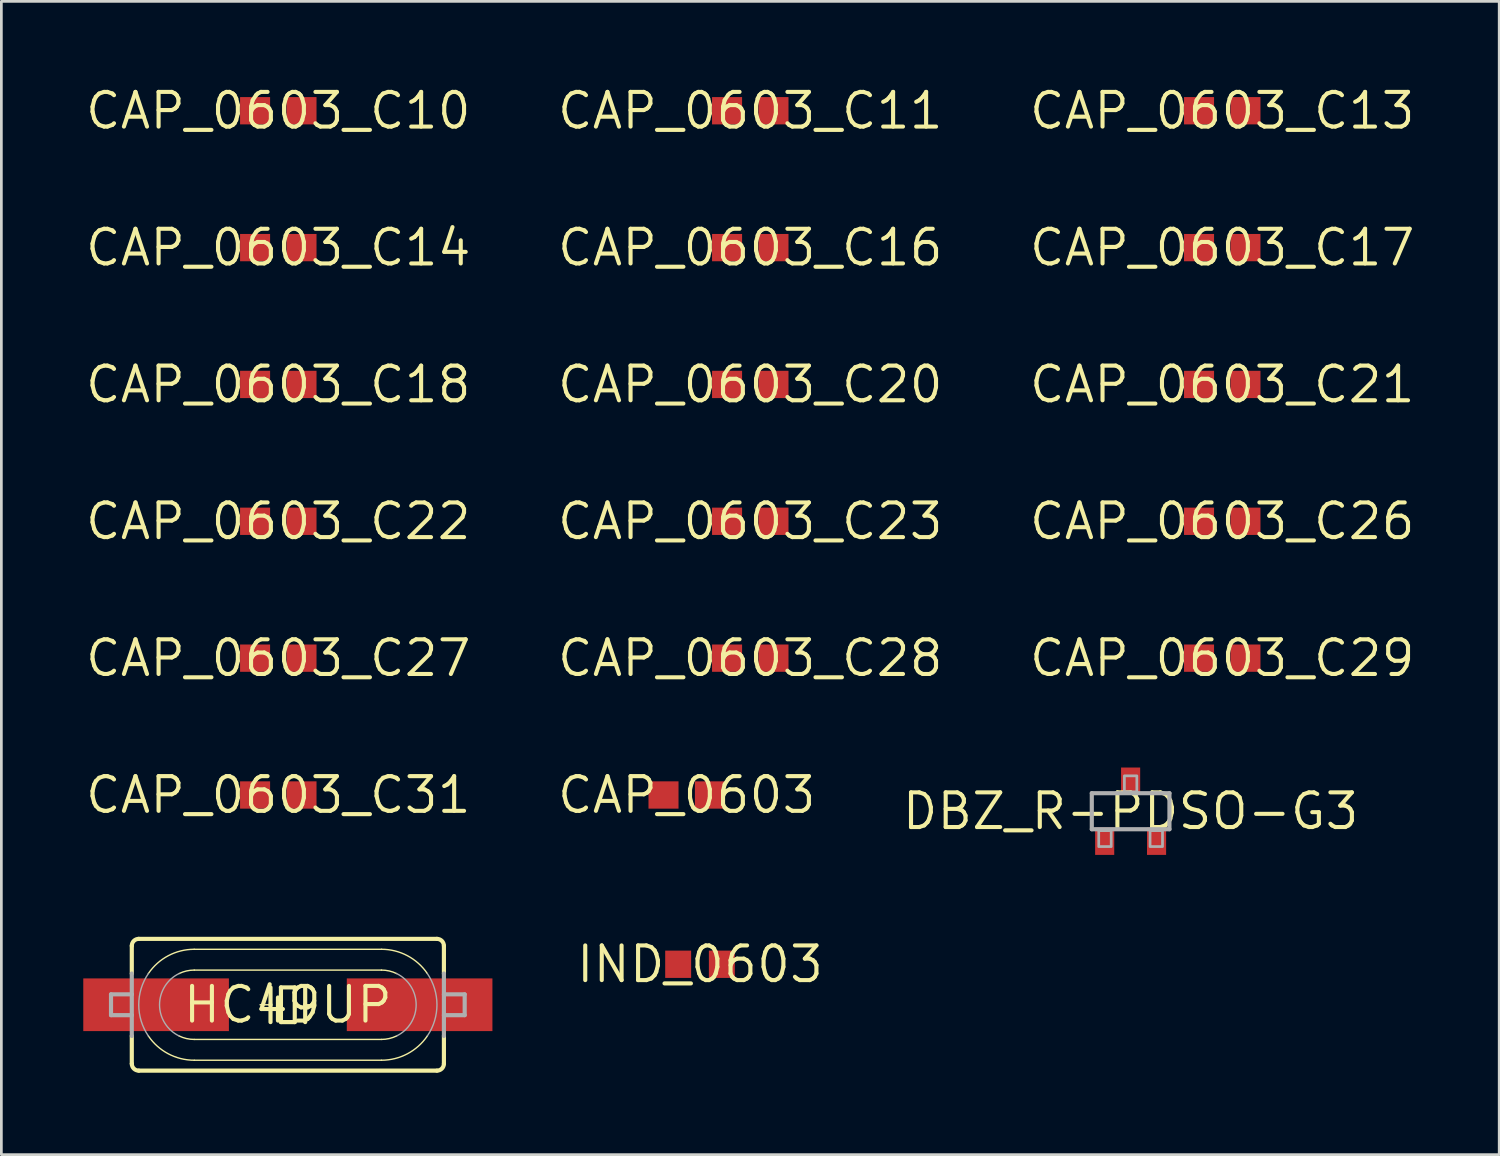
<source format=kicad_pcb>
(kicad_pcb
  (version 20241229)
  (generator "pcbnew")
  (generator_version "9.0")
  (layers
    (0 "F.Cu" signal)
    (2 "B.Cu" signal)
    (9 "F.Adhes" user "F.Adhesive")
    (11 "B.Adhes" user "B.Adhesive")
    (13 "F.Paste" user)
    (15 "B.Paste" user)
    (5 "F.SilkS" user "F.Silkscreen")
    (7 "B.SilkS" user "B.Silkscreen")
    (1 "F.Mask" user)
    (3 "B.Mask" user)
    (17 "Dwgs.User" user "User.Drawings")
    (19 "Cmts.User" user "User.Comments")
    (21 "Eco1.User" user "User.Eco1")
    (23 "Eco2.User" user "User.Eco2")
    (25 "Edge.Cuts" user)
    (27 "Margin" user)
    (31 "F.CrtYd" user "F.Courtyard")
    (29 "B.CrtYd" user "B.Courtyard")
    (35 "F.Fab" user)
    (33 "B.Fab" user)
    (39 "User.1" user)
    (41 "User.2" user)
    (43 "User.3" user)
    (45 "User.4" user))
  (footprint "CAP_0603_C29"
    (layer "F.Cu")
    (at 41.717 21.056)
    (property "Reference" "CAP_0603_C29" (at 0 0 0) (layer "F.SilkS") (effects (font (size 1.27 1.27) (thickness 0.15))))
    (pad "1" smd rect (at -0.85 0 90) (size 1 1.1) (layers "F.Cu" "F.Mask" "F.Paste"))
    (pad "2" smd rect (at 0.85 0 90) (size 1 1.1) (layers "F.Cu" "F.Mask" "F.Paste")))
  (footprint "CAP_0603_C26"
    (layer "F.Cu")
    (at 41.717 16.043)
    (property "Reference" "CAP_0603_C26" (at 0 0 0) (layer "F.SilkS") (effects (font (size 1.27 1.27) (thickness 0.15))))
    (pad "1" smd rect (at -0.85 0 90) (size 1 1.1) (layers "F.Cu" "F.Mask" "F.Paste"))
    (pad "2" smd rect (at 0.85 0 90) (size 1 1.1) (layers "F.Cu" "F.Mask" "F.Paste")))
  (footprint "CAP_0603_C18"
    (layer "F.Cu")
    (at 7.143 11.031)
    (property "Reference" "CAP_0603_C18" (at 0 0 0) (layer "F.SilkS") (effects (font (size 1.27 1.27) (thickness 0.15))))
    (pad "1" smd rect (at -0.85 0 90) (size 1 1.1) (layers "F.Cu" "F.Mask" "F.Paste"))
    (pad "2" smd rect (at 0.85 0 90) (size 1 1.1) (layers "F.Cu" "F.Mask" "F.Paste")))
  (footprint "CAP_0603_C10"
    (layer "F.Cu")
    (at 7.143 1.006)
    (property "Reference" "CAP_0603_C10" (at 0 0 0) (layer "F.SilkS") (effects (font (size 1.27 1.27) (thickness 0.15))))
    (pad "1" smd rect (at -0.85 0 90) (size 1 1.1) (layers "F.Cu" "F.Mask" "F.Paste"))
    (pad "2" smd rect (at 0.85 0 90) (size 1 1.1) (layers "F.Cu" "F.Mask" "F.Paste")))
  (footprint "CAP_0603_C22"
    (layer "F.Cu")
    (at 7.143 16.043)
    (property "Reference" "CAP_0603_C22" (at 0 0 0) (layer "F.SilkS") (effects (font (size 1.27 1.27) (thickness 0.15))))
    (pad "1" smd rect (at -0.85 0 90) (size 1 1.1) (layers "F.Cu" "F.Mask" "F.Paste"))
    (pad "2" smd rect (at 0.85 0 90) (size 1 1.1) (layers "F.Cu" "F.Mask" "F.Paste")))
  (footprint "CAP_0603_C13"
    (layer "F.Cu")
    (at 41.717 1.006)
    (property "Reference" "CAP_0603_C13" (at 0 0 0) (layer "F.SilkS") (effects (font (size 1.27 1.27) (thickness 0.15))))
    (pad "1" smd rect (at -0.85 0 90) (size 1 1.1) (layers "F.Cu" "F.Mask" "F.Paste"))
    (pad "2" smd rect (at 0.85 0 90) (size 1 1.1) (layers "F.Cu" "F.Mask" "F.Paste")))
  (footprint "CAP_0603"
    (layer "F.Cu")
    (at 22.102 26.068)
    (property "Reference" "CAP_0603" (at 0 0 0) (layer "F.SilkS") (effects (font (size 1.27 1.27) (thickness 0.15))))
    (pad "1" smd rect (at -0.85 0 90) (size 1 1.1) (layers "F.Cu" "F.Mask" "F.Paste"))
    (pad "2" smd rect (at 0.85 0 90) (size 1 1.1) (layers "F.Cu" "F.Mask" "F.Paste")))
  (footprint "DBZ_R-PDSO-G3"
    (layer "F.Cu")
    (at 38.361 26.662)
    (property "Reference" "DBZ_R-PDSO-G3" (at 0 0 0) (layer "F.SilkS") (effects (font (size 1.27 1.27) (thickness 0.15))))
    (fp_poly (pts (xy -1.3 0.6) (xy -0.6 0.6) (xy -0.6 1.6) (xy -1.3 1.6)) (stroke (width 0) (type default)) (fill yes) (layer "F.Mask"))
    (fp_poly (pts (xy -0.35 -1.6) (xy 0.35 -1.6) (xy 0.35 -0.6) (xy -0.35 -0.6)) (stroke (width 0) (type default)) (fill yes) (layer "F.Mask"))
    (fp_poly (pts (xy 0.6 0.6) (xy 1.3 0.6) (xy 1.3 1.6) (xy 0.6 1.6)) (stroke (width 0) (type default)) (fill yes) (layer "F.Mask"))
    (fp_poly (pts (xy -1.3 0.6) (xy -0.6 0.6) (xy -0.6 1.6) (xy -1.3 1.6)) (stroke (width 0) (type default)) (fill yes) (layer "F.Paste"))
    (fp_poly (pts (xy -0.35 -1.6) (xy 0.35 -1.6) (xy 0.35 -0.6) (xy -0.35 -0.6)) (stroke (width 0) (type default)) (fill yes) (layer "F.Paste"))
    (fp_poly (pts (xy 0.6 0.6) (xy 1.3 0.6) (xy 1.3 1.6) (xy 0.6 1.6)) (stroke (width 0) (type default)) (fill yes) (layer "F.Paste"))
    (fp_line (start -1.422 -0.66) (end 1.422 -0.66) (stroke (width 0.152) (type solid)) (layer "F.Fab"))
    (fp_line (start -1.422 0.66) (end -1.422 -0.66) (stroke (width 0.152) (type solid)) (layer "F.Fab"))
    (fp_line (start 1.422 -0.66) (end 1.422 0.66) (stroke (width 0.152) (type solid)) (layer "F.Fab"))
    (fp_line (start 1.422 0.66) (end -1.422 0.66) (stroke (width 0.152) (type solid)) (layer "F.Fab"))
    (fp_poly (pts (xy -0.711 0.711) (xy -1.168 0.711) (xy -1.168 1.296) (xy -0.711 1.296)) (stroke (width 0.1) (type default)) (fill no) (layer "F.Fab"))
    (fp_poly (pts (xy 0.228 -1.295) (xy -0.228 -1.295) (xy -0.228 -0.711) (xy 0.228 -0.711)) (stroke (width 0.1) (type default)) (fill no) (layer "F.Fab"))
    (fp_poly (pts (xy 1.168 0.711) (xy 0.712 0.711) (xy 0.712 1.296) (xy 1.168 1.296)) (stroke (width 0.1) (type default)) (fill no) (layer "F.Fab"))
    (pad "1" smd rect (at -0.95 1.1) (size 0.7 1) (layers "F.Cu"))
    (pad "2" smd rect (at 0.95 1.1) (size 0.7 1) (layers "F.Cu"))
    (pad "3" smd rect (at 0 -1.1) (size 0.7 1) (layers "F.Cu")))
  (footprint "CAP_0603_C20"
    (layer "F.Cu")
    (at 24.43 11.031)
    (property "Reference" "CAP_0603_C20" (at 0 0 0) (layer "F.SilkS") (effects (font (size 1.27 1.27) (thickness 0.15))))
    (pad "1" smd rect (at -0.85 0 90) (size 1 1.1) (layers "F.Cu" "F.Mask" "F.Paste"))
    (pad "2" smd rect (at 0.85 0 90) (size 1 1.1) (layers "F.Cu" "F.Mask" "F.Paste")))
  (footprint "CAP_0603_C17"
    (layer "F.Cu")
    (at 41.717 6.019)
    (property "Reference" "CAP_0603_C17" (at 0 0 0) (layer "F.SilkS") (effects (font (size 1.27 1.27) (thickness 0.15))))
    (pad "1" smd rect (at -0.85 0 90) (size 1 1.1) (layers "F.Cu" "F.Mask" "F.Paste"))
    (pad "2" smd rect (at 0.85 0 90) (size 1 1.1) (layers "F.Cu" "F.Mask" "F.Paste")))
  (footprint "CAP_0603_C16"
    (layer "F.Cu")
    (at 24.43 6.019)
    (property "Reference" "CAP_0603_C16" (at 0 0 0) (layer "F.SilkS") (effects (font (size 1.27 1.27) (thickness 0.15))))
    (pad "1" smd rect (at -0.85 0 90) (size 1 1.1) (layers "F.Cu" "F.Mask" "F.Paste"))
    (pad "2" smd rect (at 0.85 0 90) (size 1 1.1) (layers "F.Cu" "F.Mask" "F.Paste")))
  (footprint "CAP_0603_C27"
    (layer "F.Cu")
    (at 7.143 21.056)
    (property "Reference" "CAP_0603_C27" (at 0 0 0) (layer "F.SilkS") (effects (font (size 1.27 1.27) (thickness 0.15))))
    (pad "1" smd rect (at -0.85 0 90) (size 1 1.1) (layers "F.Cu" "F.Mask" "F.Paste"))
    (pad "2" smd rect (at 0.85 0 90) (size 1 1.1) (layers "F.Cu" "F.Mask" "F.Paste")))
  (footprint "CAP_0603_C14"
    (layer "F.Cu")
    (at 7.143 6.019)
    (property "Reference" "CAP_0603_C14" (at 0 0 0) (layer "F.SilkS") (effects (font (size 1.27 1.27) (thickness 0.15))))
    (pad "1" smd rect (at -0.85 0 90) (size 1 1.1) (layers "F.Cu" "F.Mask" "F.Paste"))
    (pad "2" smd rect (at 0.85 0 90) (size 1 1.1) (layers "F.Cu" "F.Mask" "F.Paste")))
  (footprint "CAP_0603_C23"
    (layer "F.Cu")
    (at 24.43 16.043)
    (property "Reference" "CAP_0603_C23" (at 0 0 0) (layer "F.SilkS") (effects (font (size 1.27 1.27) (thickness 0.15))))
    (pad "1" smd rect (at -0.85 0 90) (size 1 1.1) (layers "F.Cu" "F.Mask" "F.Paste"))
    (pad "2" smd rect (at 0.85 0 90) (size 1 1.1) (layers "F.Cu" "F.Mask" "F.Paste")))
  (footprint "CAP_0603_C11"
    (layer "F.Cu")
    (at 24.43 1.006)
    (property "Reference" "CAP_0603_C11" (at 0 0 0) (layer "F.SilkS") (effects (font (size 1.27 1.27) (thickness 0.15))))
    (pad "1" smd rect (at -0.85 0 90) (size 1 1.1) (layers "F.Cu" "F.Mask" "F.Paste"))
    (pad "2" smd rect (at 0.85 0 90) (size 1 1.1) (layers "F.Cu" "F.Mask" "F.Paste")))
  (footprint "HC49UP"
    (layer "F.Cu")
    (at 7.493 33.751)
    (property "Reference" "HC49UP" (at 0 0 0) (layer "F.SilkS") (effects (font (size 1.27 1.27) (thickness 0.15))))
    (fp_poly (pts (xy -7.493 -0.965) (xy -2.159 -0.965) (xy -2.159 0.965) (xy -7.493 0.965)) (stroke (width 0) (type default)) (fill yes) (layer "F.Mask"))
    (fp_poly (pts (xy 2.159 -0.965) (xy 7.493 -0.965) (xy 7.493 0.965) (xy 2.159 0.965)) (stroke (width 0) (type default)) (fill yes) (layer "F.Mask"))
    (fp_line (start -5.716 -1.143) (end -5.716 -2.159) (stroke (width 0.152) (type solid)) (layer "F.SilkS"))
    (fp_line (start -5.716 2.159) (end -5.716 1.143) (stroke (width 0.152) (type solid)) (layer "F.SilkS"))
    (fp_line (start -3.429 -2.032) (end 3.429 -2.032) (stroke (width 0.051) (type solid)) (layer "F.SilkS"))
    (fp_line (start -3.429 -1.27) (end 3.429 -1.27) (stroke (width 0.051) (type solid)) (layer "F.SilkS"))
    (fp_line (start -0.635 -0.635) (end -0.635 0) (stroke (width 0.152) (type solid)) (layer "F.SilkS"))
    (fp_line (start -0.635 0) (end -1.016 0) (stroke (width 0.051) (type solid)) (layer "F.SilkS"))
    (fp_line (start -0.635 0) (end -0.635 0.635) (stroke (width 0.152) (type solid)) (layer "F.SilkS"))
    (fp_line (start -0.253 -0.635) (end -0.253 0.635) (stroke (width 0.152) (type solid)) (layer "F.SilkS"))
    (fp_line (start -0.253 0.635) (end 0.253 0.635) (stroke (width 0.152) (type solid)) (layer "F.SilkS"))
    (fp_line (start 0.253 -0.635) (end -0.253 -0.635) (stroke (width 0.152) (type solid)) (layer "F.SilkS"))
    (fp_line (start 0.253 0.635) (end 0.253 -0.635) (stroke (width 0.152) (type solid)) (layer "F.SilkS"))
    (fp_line (start 0.635 -0.635) (end 0.635 0) (stroke (width 0.152) (type solid)) (layer "F.SilkS"))
    (fp_line (start 0.635 0) (end 0.635 0.635) (stroke (width 0.152) (type solid)) (layer "F.SilkS"))
    (fp_line (start 0.635 0) (end 1.016 0) (stroke (width 0.051) (type solid)) (layer "F.SilkS"))
    (fp_line (start 3.429 1.27) (end -3.429 1.27) (stroke (width 0.051) (type solid)) (layer "F.SilkS"))
    (fp_line (start 3.429 2.032) (end -3.429 2.032) (stroke (width 0.051) (type solid)) (layer "F.SilkS"))
    (fp_line (start 5.461 -2.413) (end -5.461 -2.413) (stroke (width 0.152) (type solid)) (layer "F.SilkS"))
    (fp_line (start 5.461 2.413) (end -5.461 2.413) (stroke (width 0.152) (type solid)) (layer "F.SilkS"))
    (fp_line (start 5.716 -1.143) (end 5.716 -2.159) (stroke (width 0.152) (type solid)) (layer "F.SilkS"))
    (fp_line (start 5.716 2.159) (end 5.716 1.143) (stroke (width 0.152) (type solid)) (layer "F.SilkS"))
    (fp_arc (start -5.716 -2.158998) (mid -5.640965 -2.33867) (end -5.461 -2.413) (stroke (width 0.152) (type solid)) (layer "F.SilkS"))
    (fp_arc (start -5.460999 2.412999) (mid -5.640722 2.338428) (end -5.716 2.159) (stroke (width 0.152) (type solid)) (layer "F.SilkS"))
    (fp_arc (start -5.109 -1.142999) (mid -4.379447 -1.796218) (end -3.429 -2.032) (stroke (width 0.051) (type solid)) (layer "F.SilkS"))
    (fp_arc (start -3.983 -1.143) (mid -3.713124 -1.237578) (end -3.429 -1.27) (stroke (width 0.051) (type solid)) (layer "F.SilkS"))
    (fp_arc (start -3.429 1.27) (mid -3.713245 1.238104) (end -3.983 1.143) (stroke (width 0.051) (type solid)) (layer "F.SilkS"))
    (fp_arc (start -3.428999 2.032) (mid -4.379364 1.796063) (end -5.109 1.143) (stroke (width 0.051) (type solid)) (layer "F.SilkS"))
    (fp_arc (start 3.428999 -2.032) (mid 4.379504 -1.796327) (end 5.109 -1.143) (stroke (width 0.051) (type solid)) (layer "F.SilkS"))
    (fp_arc (start 3.429 -1.27) (mid 3.713199 -1.237904) (end 3.983 -1.143) (stroke (width 0.051) (type solid)) (layer "F.SilkS"))
    (fp_arc (start 3.983 1.143) (mid 3.713155 1.237711) (end 3.429 1.27) (stroke (width 0.051) (type solid)) (layer "F.SilkS"))
    (fp_arc (start 5.109 1.143) (mid 4.379392 1.796116) (end 3.429 2.032) (stroke (width 0.051) (type solid)) (layer "F.SilkS"))
    (fp_arc (start 5.460998 -2.413) (mid 5.640963 -2.338671) (end 5.716 -2.159) (stroke (width 0.152) (type solid)) (layer "F.SilkS"))
    (fp_arc (start 5.716 2.158999) (mid 5.641206 2.338913) (end 5.461 2.413) (stroke (width 0.152) (type solid)) (layer "F.SilkS"))
    (fp_poly (pts (xy -7.493 -0.965) (xy -2.159 -0.965) (xy -2.159 0.965) (xy -7.493 0.965)) (stroke (width 0) (type default)) (fill yes) (layer "F.Paste"))
    (fp_poly (pts (xy 2.159 -0.965) (xy 7.493 -0.965) (xy 7.493 0.965) (xy 2.159 0.965)) (stroke (width 0) (type default)) (fill yes) (layer "F.Paste"))
    (fp_line (start -6.477 0.381) (end -6.477 -0.381) (stroke (width 0.152) (type solid)) (layer "F.Fab"))
    (fp_line (start -5.716 -0.381) (end -6.477 -0.381) (stroke (width 0.152) (type solid)) (layer "F.Fab"))
    (fp_line (start -5.716 -0.381) (end -5.716 -1.143) (stroke (width 0.152) (type solid)) (layer "F.Fab"))
    (fp_line (start -5.716 0.381) (end -6.477 0.381) (stroke (width 0.152) (type solid)) (layer "F.Fab"))
    (fp_line (start -5.716 0.381) (end -5.716 -0.381) (stroke (width 0.152) (type solid)) (layer "F.Fab"))
    (fp_line (start -5.716 1.143) (end -5.716 0.381) (stroke (width 0.152) (type solid)) (layer "F.Fab"))
    (fp_line (start 5.716 -0.381) (end 6.477 -0.381) (stroke (width 0.152) (type solid)) (layer "F.Fab"))
    (fp_line (start 5.716 0.381) (end 6.477 0.381) (stroke (width 0.152) (type solid)) (layer "F.Fab"))
    (fp_line (start 5.716 1.143) (end 5.716 -1.143) (stroke (width 0.152) (type solid)) (layer "F.Fab"))
    (fp_line (start 6.477 0.381) (end 6.477 -0.381) (stroke (width 0.152) (type solid)) (layer "F.Fab"))
    (fp_arc (start -5.109 1.143) (mid -5.461236 0) (end -5.109 -1.143) (stroke (width 0.051) (type solid)) (layer "F.Fab"))
    (fp_arc (start -3.982999 1.143) (mid -4.699459 0) (end -3.983 -1.143) (stroke (width 0.051) (type solid)) (layer "F.Fab"))
    (fp_arc (start 3.983 -1.143) (mid 4.699464 0) (end 3.983 1.143) (stroke (width 0.051) (type solid)) (layer "F.Fab"))
    (fp_arc (start 5.109 -1.143) (mid 5.461243 0) (end 5.109 1.143) (stroke (width 0.051) (type solid)) (layer "F.Fab"))
    (pad "1" smd rect (at -4.826 0) (size 5.334 1.93) (layers "F.Cu"))
    (pad "2" smd rect (at 4.826 0) (size 5.334 1.93) (layers "F.Cu")))
  (footprint "CAP_0603_C28"
    (layer "F.Cu")
    (at 24.43 21.056)
    (property "Reference" "CAP_0603_C28" (at 0 0 0) (layer "F.SilkS") (effects (font (size 1.27 1.27) (thickness 0.15))))
    (pad "1" smd rect (at -0.85 0 90) (size 1 1.1) (layers "F.Cu" "F.Mask" "F.Paste"))
    (pad "2" smd rect (at 0.85 0 90) (size 1 1.1) (layers "F.Cu" "F.Mask" "F.Paste")))
  (footprint "CAP_0603_C21"
    (layer "F.Cu")
    (at 41.717 11.031)
    (property "Reference" "CAP_0603_C21" (at 0 0 0) (layer "F.SilkS") (effects (font (size 1.27 1.27) (thickness 0.15))))
    (pad "1" smd rect (at -0.85 0 90) (size 1 1.1) (layers "F.Cu" "F.Mask" "F.Paste"))
    (pad "2" smd rect (at 0.85 0 90) (size 1 1.1) (layers "F.Cu" "F.Mask" "F.Paste")))
  (footprint "CAP_0603_C31"
    (layer "F.Cu")
    (at 7.143 26.068)
    (property "Reference" "CAP_0603_C31" (at 0 0 0) (layer "F.SilkS") (effects (font (size 1.27 1.27) (thickness 0.15))))
    (pad "1" smd rect (at -0.85 0 90) (size 1 1.1) (layers "F.Cu" "F.Mask" "F.Paste"))
    (pad "2" smd rect (at 0.85 0 90) (size 1 1.1) (layers "F.Cu" "F.Mask" "F.Paste")))
  (footprint "IND_0603"
    (layer "F.Cu")
    (at 22.589 32.268)
    (property "Reference" "IND_0603" (at 0 0 0) (layer "F.SilkS") (effects (font (size 1.27 1.27) (thickness 0.15))))
    (pad "1" smd rect (at -0.8 0 90) (size 1 0.95) (layers "F.Cu" "F.Mask" "F.Paste"))
    (pad "2" smd rect (at 0.8 0 90) (size 1 0.95) (layers "F.Cu" "F.Mask" "F.Paste")))
  (gr_rect
    (start -3 -3)
    (end 51.861 39.24)
    (stroke (width 0.1) (type default))
    (fill no)
    (layer "Edge.Cuts")))
</source>
